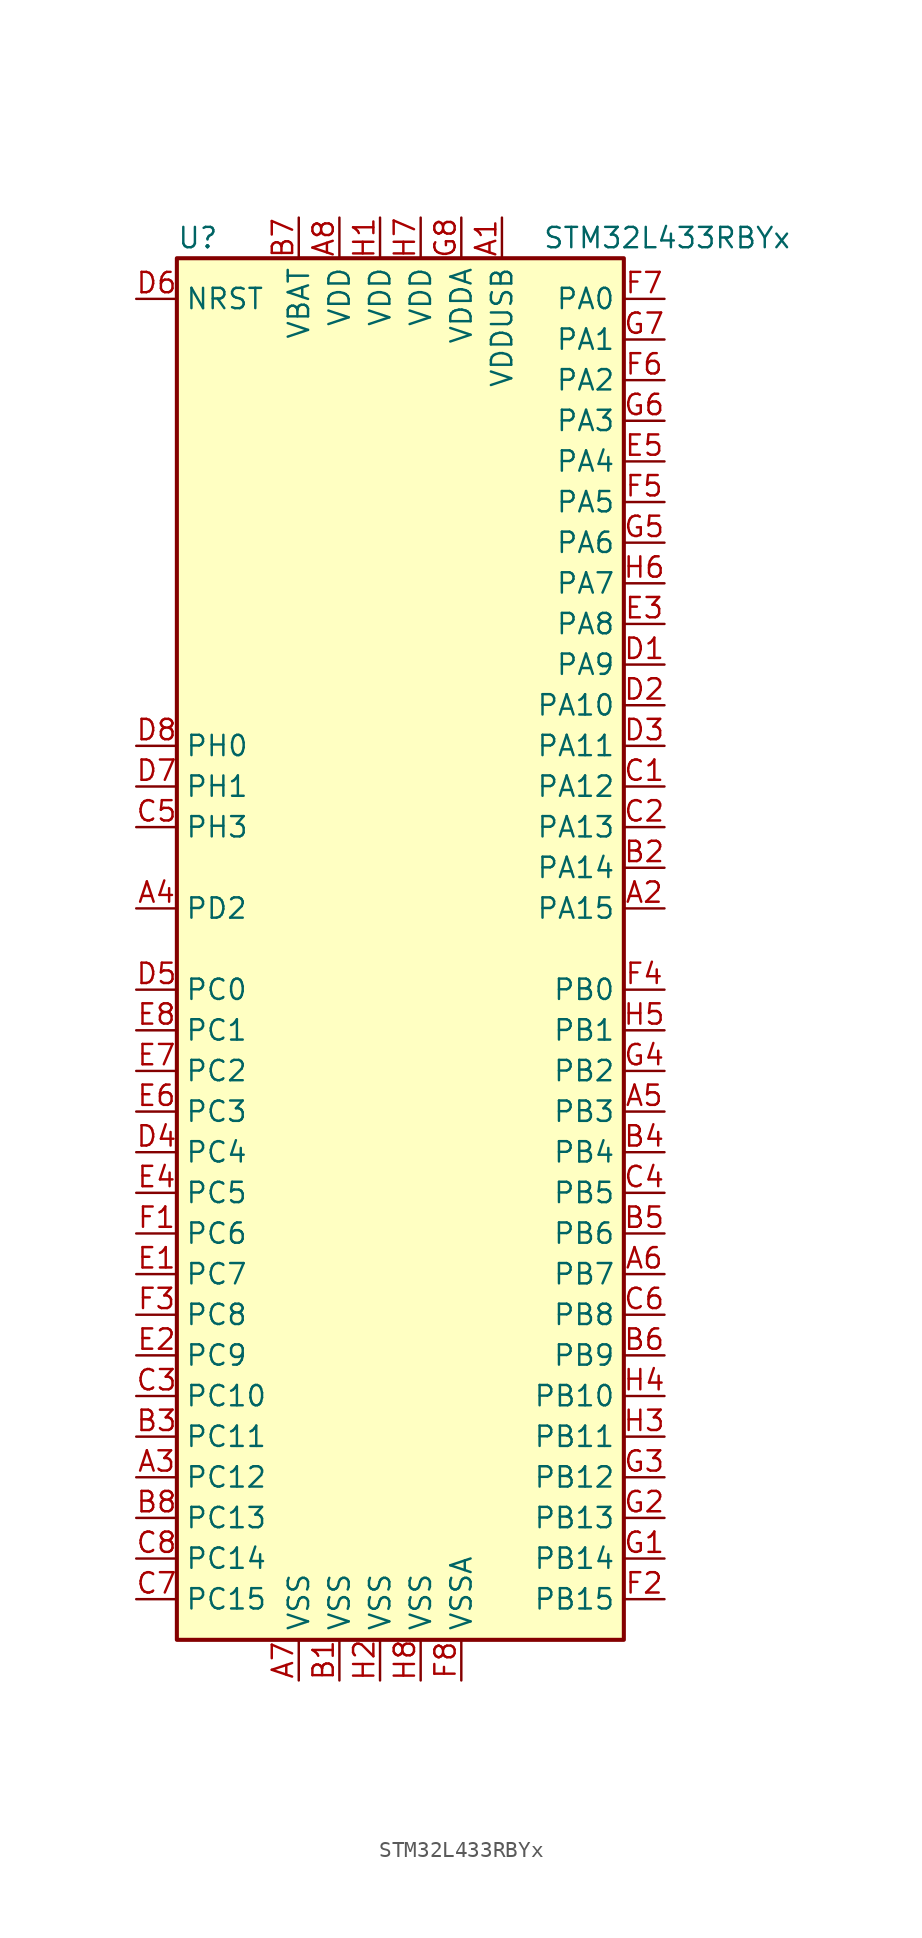
<source format=kicad_sym>
(kicad_symbol_lib
  (version 20201005)
  (generator kicad_symbol_editor)
  (symbol "STM32L433RBYx"
    (property "Reference" "U"
      (at -15.24 44.45 0)
      (effects (font (size 1.27 1.27)) (justify left)))
    (property "Value" "STM32L433RBYx"
      (at 7.62 44.45 0)
      (effects (font (size 1.27 1.27)) (justify left)))
    (symbol "STM32L433RBYx_0_1"
      (rectangle (start -15.24 -43.18) (end 12.7 43.18) (stroke (width 0.254)) (fill (type background))))
    (symbol "STM32L433RBYx_1_1"
      (pin power_in line (at 5.08 45.72 270) (length 2.54) (name "VDDUSB" (effects (font (size 1.27 1.27)))) (number "A1" (effects (font (size 1.27 1.27)))))
      (pin bidirectional line (at 15.24 2.54 180) (length 2.54) (name "PA15" (effects (font (size 1.27 1.27)))) (number "A2" (effects (font (size 1.27 1.27)))))
      (pin bidirectional line (at -17.78 -33.02 0) (length 2.54) (name "PC12" (effects (font (size 1.27 1.27)))) (number "A3" (effects (font (size 1.27 1.27)))))
      (pin bidirectional line (at -17.78 2.54 0) (length 2.54) (name "PD2" (effects (font (size 1.27 1.27)))) (number "A4" (effects (font (size 1.27 1.27)))))
      (pin bidirectional line (at 15.24 -10.16 180) (length 2.54) (name "PB3" (effects (font (size 1.27 1.27)))) (number "A5" (effects (font (size 1.27 1.27)))))
      (pin bidirectional line (at 15.24 -20.32 180) (length 2.54) (name "PB7" (effects (font (size 1.27 1.27)))) (number "A6" (effects (font (size 1.27 1.27)))))
      (pin power_in line (at -7.62 -45.72 90) (length 2.54) (name "VSS" (effects (font (size 1.27 1.27)))) (number "A7" (effects (font (size 1.27 1.27)))))
      (pin power_in line (at -5.08 45.72 270) (length 2.54) (name "VDD" (effects (font (size 1.27 1.27)))) (number "A8" (effects (font (size 1.27 1.27)))))
      (pin power_in line (at -5.08 -45.72 90) (length 2.54) (name "VSS" (effects (font (size 1.27 1.27)))) (number "B1" (effects (font (size 1.27 1.27)))))
      (pin bidirectional line (at 15.24 5.08 180) (length 2.54) (name "PA14" (effects (font (size 1.27 1.27)))) (number "B2" (effects (font (size 1.27 1.27)))))
      (pin bidirectional line (at -17.78 -30.48 0) (length 2.54) (name "PC11" (effects (font (size 1.27 1.27)))) (number "B3" (effects (font (size 1.27 1.27)))))
      (pin bidirectional line (at 15.24 -12.7 180) (length 2.54) (name "PB4" (effects (font (size 1.27 1.27)))) (number "B4" (effects (font (size 1.27 1.27)))))
      (pin bidirectional line (at 15.24 -17.78 180) (length 2.54) (name "PB6" (effects (font (size 1.27 1.27)))) (number "B5" (effects (font (size 1.27 1.27)))))
      (pin bidirectional line (at 15.24 -25.4 180) (length 2.54) (name "PB9" (effects (font (size 1.27 1.27)))) (number "B6" (effects (font (size 1.27 1.27)))))
      (pin power_in line (at -7.62 45.72 270) (length 2.54) (name "VBAT" (effects (font (size 1.27 1.27)))) (number "B7" (effects (font (size 1.27 1.27)))))
      (pin bidirectional line (at -17.78 -35.56 0) (length 2.54) (name "PC13" (effects (font (size 1.27 1.27)))) (number "B8" (effects (font (size 1.27 1.27)))))
      (pin bidirectional line (at 15.24 10.16 180) (length 2.54) (name "PA12" (effects (font (size 1.27 1.27)))) (number "C1" (effects (font (size 1.27 1.27)))))
      (pin bidirectional line (at 15.24 7.62 180) (length 2.54) (name "PA13" (effects (font (size 1.27 1.27)))) (number "C2" (effects (font (size 1.27 1.27)))))
      (pin bidirectional line (at -17.78 -27.94 0) (length 2.54) (name "PC10" (effects (font (size 1.27 1.27)))) (number "C3" (effects (font (size 1.27 1.27)))))
      (pin bidirectional line (at 15.24 -15.24 180) (length 2.54) (name "PB5" (effects (font (size 1.27 1.27)))) (number "C4" (effects (font (size 1.27 1.27)))))
      (pin bidirectional line (at -17.78 7.62 0) (length 2.54) (name "PH3" (effects (font (size 1.27 1.27)))) (number "C5" (effects (font (size 1.27 1.27)))))
      (pin bidirectional line (at 15.24 -22.86 180) (length 2.54) (name "PB8" (effects (font (size 1.27 1.27)))) (number "C6" (effects (font (size 1.27 1.27)))))
      (pin bidirectional line (at -17.78 -40.64 0) (length 2.54) (name "PC15" (effects (font (size 1.27 1.27)))) (number "C7" (effects (font (size 1.27 1.27)))))
      (pin bidirectional line (at -17.78 -38.1 0) (length 2.54) (name "PC14" (effects (font (size 1.27 1.27)))) (number "C8" (effects (font (size 1.27 1.27)))))
      (pin bidirectional line (at 15.24 17.78 180) (length 2.54) (name "PA9" (effects (font (size 1.27 1.27)))) (number "D1" (effects (font (size 1.27 1.27)))))
      (pin bidirectional line (at 15.24 15.24 180) (length 2.54) (name "PA10" (effects (font (size 1.27 1.27)))) (number "D2" (effects (font (size 1.27 1.27)))))
      (pin bidirectional line (at 15.24 12.7 180) (length 2.54) (name "PA11" (effects (font (size 1.27 1.27)))) (number "D3" (effects (font (size 1.27 1.27)))))
      (pin bidirectional line (at -17.78 -12.7 0) (length 2.54) (name "PC4" (effects (font (size 1.27 1.27)))) (number "D4" (effects (font (size 1.27 1.27)))))
      (pin bidirectional line (at -17.78 -2.54 0) (length 2.54) (name "PC0" (effects (font (size 1.27 1.27)))) (number "D5" (effects (font (size 1.27 1.27)))))
      (pin input line (at -17.78 40.64 0) (length 2.54) (name "NRST" (effects (font (size 1.27 1.27)))) (number "D6" (effects (font (size 1.27 1.27)))))
      (pin input line (at -17.78 10.16 0) (length 2.54) (name "PH1" (effects (font (size 1.27 1.27)))) (number "D7" (effects (font (size 1.27 1.27)))))
      (pin input line (at -17.78 12.7 0) (length 2.54) (name "PH0" (effects (font (size 1.27 1.27)))) (number "D8" (effects (font (size 1.27 1.27)))))
      (pin bidirectional line (at -17.78 -20.32 0) (length 2.54) (name "PC7" (effects (font (size 1.27 1.27)))) (number "E1" (effects (font (size 1.27 1.27)))))
      (pin bidirectional line (at -17.78 -25.4 0) (length 2.54) (name "PC9" (effects (font (size 1.27 1.27)))) (number "E2" (effects (font (size 1.27 1.27)))))
      (pin bidirectional line (at 15.24 20.32 180) (length 2.54) (name "PA8" (effects (font (size 1.27 1.27)))) (number "E3" (effects (font (size 1.27 1.27)))))
      (pin bidirectional line (at -17.78 -15.24 0) (length 2.54) (name "PC5" (effects (font (size 1.27 1.27)))) (number "E4" (effects (font (size 1.27 1.27)))))
      (pin bidirectional line (at 15.24 30.48 180) (length 2.54) (name "PA4" (effects (font (size 1.27 1.27)))) (number "E5" (effects (font (size 1.27 1.27)))))
      (pin bidirectional line (at -17.78 -10.16 0) (length 2.54) (name "PC3" (effects (font (size 1.27 1.27)))) (number "E6" (effects (font (size 1.27 1.27)))))
      (pin bidirectional line (at -17.78 -7.62 0) (length 2.54) (name "PC2" (effects (font (size 1.27 1.27)))) (number "E7" (effects (font (size 1.27 1.27)))))
      (pin bidirectional line (at -17.78 -5.08 0) (length 2.54) (name "PC1" (effects (font (size 1.27 1.27)))) (number "E8" (effects (font (size 1.27 1.27)))))
      (pin bidirectional line (at -17.78 -17.78 0) (length 2.54) (name "PC6" (effects (font (size 1.27 1.27)))) (number "F1" (effects (font (size 1.27 1.27)))))
      (pin bidirectional line (at 15.24 -40.64 180) (length 2.54) (name "PB15" (effects (font (size 1.27 1.27)))) (number "F2" (effects (font (size 1.27 1.27)))))
      (pin bidirectional line (at -17.78 -22.86 0) (length 2.54) (name "PC8" (effects (font (size 1.27 1.27)))) (number "F3" (effects (font (size 1.27 1.27)))))
      (pin bidirectional line (at 15.24 -2.54 180) (length 2.54) (name "PB0" (effects (font (size 1.27 1.27)))) (number "F4" (effects (font (size 1.27 1.27)))))
      (pin bidirectional line (at 15.24 27.94 180) (length 2.54) (name "PA5" (effects (font (size 1.27 1.27)))) (number "F5" (effects (font (size 1.27 1.27)))))
      (pin bidirectional line (at 15.24 35.56 180) (length 2.54) (name "PA2" (effects (font (size 1.27 1.27)))) (number "F6" (effects (font (size 1.27 1.27)))))
      (pin bidirectional line (at 15.24 40.64 180) (length 2.54) (name "PA0" (effects (font (size 1.27 1.27)))) (number "F7" (effects (font (size 1.27 1.27)))))
      (pin power_in line (at 2.54 -45.72 90) (length 2.54) (name "VSSA" (effects (font (size 1.27 1.27)))) (number "F8" (effects (font (size 1.27 1.27)))))
      (pin bidirectional line (at 15.24 -38.1 180) (length 2.54) (name "PB14" (effects (font (size 1.27 1.27)))) (number "G1" (effects (font (size 1.27 1.27)))))
      (pin bidirectional line (at 15.24 -35.56 180) (length 2.54) (name "PB13" (effects (font (size 1.27 1.27)))) (number "G2" (effects (font (size 1.27 1.27)))))
      (pin bidirectional line (at 15.24 -33.02 180) (length 2.54) (name "PB12" (effects (font (size 1.27 1.27)))) (number "G3" (effects (font (size 1.27 1.27)))))
      (pin bidirectional line (at 15.24 -7.62 180) (length 2.54) (name "PB2" (effects (font (size 1.27 1.27)))) (number "G4" (effects (font (size 1.27 1.27)))))
      (pin bidirectional line (at 15.24 25.4 180) (length 2.54) (name "PA6" (effects (font (size 1.27 1.27)))) (number "G5" (effects (font (size 1.27 1.27)))))
      (pin bidirectional line (at 15.24 33.02 180) (length 2.54) (name "PA3" (effects (font (size 1.27 1.27)))) (number "G6" (effects (font (size 1.27 1.27)))))
      (pin bidirectional line (at 15.24 38.1 180) (length 2.54) (name "PA1" (effects (font (size 1.27 1.27)))) (number "G7" (effects (font (size 1.27 1.27)))))
      (pin power_in line (at 2.54 45.72 270) (length 2.54) (name "VDDA" (effects (font (size 1.27 1.27)))) (number "G8" (effects (font (size 1.27 1.27)))))
      (pin power_in line (at -2.54 45.72 270) (length 2.54) (name "VDD" (effects (font (size 1.27 1.27)))) (number "H1" (effects (font (size 1.27 1.27)))))
      (pin power_in line (at -2.54 -45.72 90) (length 2.54) (name "VSS" (effects (font (size 1.27 1.27)))) (number "H2" (effects (font (size 1.27 1.27)))))
      (pin bidirectional line (at 15.24 -30.48 180) (length 2.54) (name "PB11" (effects (font (size 1.27 1.27)))) (number "H3" (effects (font (size 1.27 1.27)))))
      (pin bidirectional line (at 15.24 -27.94 180) (length 2.54) (name "PB10" (effects (font (size 1.27 1.27)))) (number "H4" (effects (font (size 1.27 1.27)))))
      (pin bidirectional line (at 15.24 -5.08 180) (length 2.54) (name "PB1" (effects (font (size 1.27 1.27)))) (number "H5" (effects (font (size 1.27 1.27)))))
      (pin bidirectional line (at 15.24 22.86 180) (length 2.54) (name "PA7" (effects (font (size 1.27 1.27)))) (number "H6" (effects (font (size 1.27 1.27)))))
      (pin power_in line (at 0 45.72 270) (length 2.54) (name "VDD" (effects (font (size 1.27 1.27)))) (number "H7" (effects (font (size 1.27 1.27)))))
      (pin power_in line (at 0 -45.72 90) (length 2.54) (name "VSS" (effects (font (size 1.27 1.27)))) (number "H8" (effects (font (size 1.27 1.27))))))))
</source>
